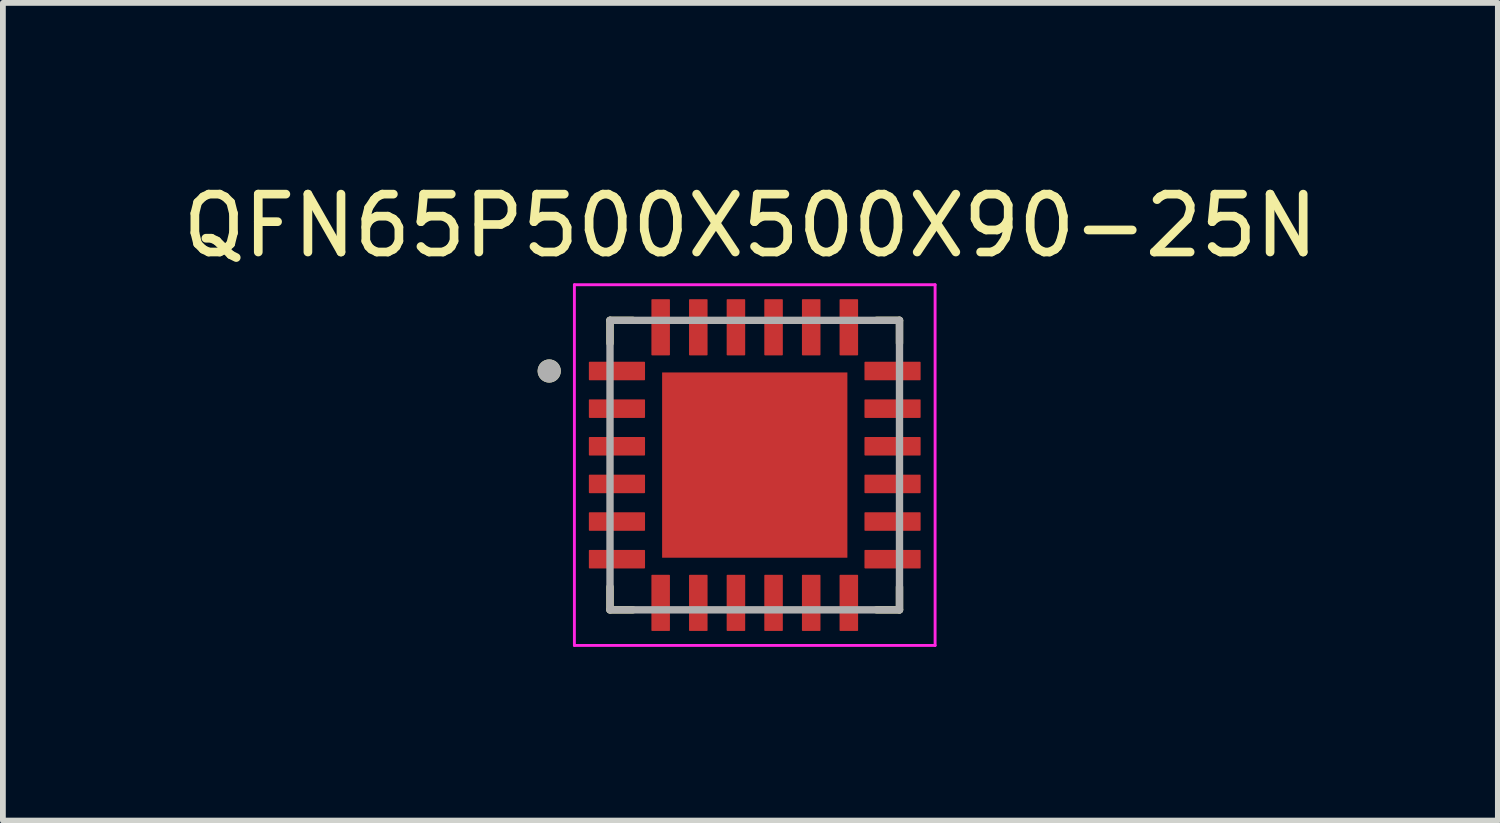
<source format=kicad_pcb>
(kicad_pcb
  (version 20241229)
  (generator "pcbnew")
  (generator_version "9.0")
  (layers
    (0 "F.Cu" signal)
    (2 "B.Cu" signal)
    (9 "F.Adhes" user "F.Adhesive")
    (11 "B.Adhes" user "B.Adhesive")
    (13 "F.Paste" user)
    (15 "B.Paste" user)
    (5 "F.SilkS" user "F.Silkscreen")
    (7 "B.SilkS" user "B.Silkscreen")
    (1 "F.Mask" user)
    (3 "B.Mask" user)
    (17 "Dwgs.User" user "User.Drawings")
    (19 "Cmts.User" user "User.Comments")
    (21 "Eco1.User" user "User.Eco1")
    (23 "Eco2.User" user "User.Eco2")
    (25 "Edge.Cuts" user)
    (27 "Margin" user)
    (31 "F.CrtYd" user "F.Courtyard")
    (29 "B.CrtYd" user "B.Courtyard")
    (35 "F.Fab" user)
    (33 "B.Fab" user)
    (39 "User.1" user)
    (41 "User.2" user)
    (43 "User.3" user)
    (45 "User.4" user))
  (footprint "QFN65P500X500X90-25N"
    (layer "F.Cu")
    (at 9.986 4.983)
    (property "Reference" "QFN65P500X500X90-25N" (at -0.075 -4.135 0) (layer "F.SilkS") (effects (font (size 1 1) (thickness 0.15))))
    (attr smd)
    (fp_line (start -2.5 -2.5) (end -2.5 -2.105) (stroke (width 0.127) (type solid)) (layer "F.SilkS"))
    (fp_line (start -2.5 -2.5) (end -2.105 -2.5) (stroke (width 0.127) (type solid)) (layer "F.SilkS"))
    (fp_line (start -2.5 2.5) (end -2.5 2.105) (stroke (width 0.127) (type solid)) (layer "F.SilkS"))
    (fp_line (start -2.5 2.5) (end -2.105 2.5) (stroke (width 0.127) (type solid)) (layer "F.SilkS"))
    (fp_line (start 2.5 -2.5) (end 2.105 -2.5) (stroke (width 0.127) (type solid)) (layer "F.SilkS"))
    (fp_line (start 2.5 -2.5) (end 2.5 -2.105) (stroke (width 0.127) (type solid)) (layer "F.SilkS"))
    (fp_line (start 2.5 2.5) (end 2.105 2.5) (stroke (width 0.127) (type solid)) (layer "F.SilkS"))
    (fp_line (start 2.5 2.5) (end 2.5 2.105) (stroke (width 0.127) (type solid)) (layer "F.SilkS"))
    (fp_circle (center -3.55 -1.625) (end -3.45 -1.625) (stroke (width 0.2) (type solid)) (fill no) (layer "F.SilkS"))
    (fp_poly (pts (xy -1.01 -1.01) (xy 1.01 -1.01) (xy 1.01 1.01) (xy -1.01 1.01)) (stroke (width 0.01) (type solid)) (fill yes) (layer "F.Paste"))
    (fp_line (start -3.115 -3.115) (end 3.115 -3.115) (stroke (width 0.05) (type solid)) (layer "F.CrtYd"))
    (fp_line (start -3.115 3.115) (end -3.115 -3.115) (stroke (width 0.05) (type solid)) (layer "F.CrtYd"))
    (fp_line (start -3.115 3.115) (end 3.115 3.115) (stroke (width 0.05) (type solid)) (layer "F.CrtYd"))
    (fp_line (start 3.115 3.115) (end 3.115 -3.115) (stroke (width 0.05) (type solid)) (layer "F.CrtYd"))
    (fp_line (start -2.5 2.5) (end -2.5 -2.5) (stroke (width 0.127) (type solid)) (layer "F.Fab"))
    (fp_line (start 2.5 -2.5) (end -2.5 -2.5) (stroke (width 0.127) (type solid)) (layer "F.Fab"))
    (fp_line (start 2.5 2.5) (end -2.5 2.5) (stroke (width 0.127) (type solid)) (layer "F.Fab"))
    (fp_line (start 2.5 2.5) (end 2.5 -2.5) (stroke (width 0.127) (type solid)) (layer "F.Fab"))
    (fp_circle (center -3.55 -1.625) (end -3.45 -1.625) (stroke (width 0.2) (type solid)) (fill no) (layer "F.Fab"))
    (pad "1" smd roundrect (at -2.38 -1.625) (size 0.97 0.32) (layers "F.Cu" "F.Mask" "F.Paste") (roundrect_rratio 0.04))
    (pad "2" smd roundrect (at -2.38 -0.975) (size 0.97 0.32) (layers "F.Cu" "F.Mask" "F.Paste") (roundrect_rratio 0.04))
    (pad "3" smd roundrect (at -2.38 -0.325) (size 0.97 0.32) (layers "F.Cu" "F.Mask" "F.Paste") (roundrect_rratio 0.04))
    (pad "4" smd roundrect (at -2.38 0.325) (size 0.97 0.32) (layers "F.Cu" "F.Mask" "F.Paste") (roundrect_rratio 0.04))
    (pad "5" smd roundrect (at -2.38 0.975) (size 0.97 0.32) (layers "F.Cu" "F.Mask" "F.Paste") (roundrect_rratio 0.04))
    (pad "6" smd roundrect (at -2.38 1.625) (size 0.97 0.32) (layers "F.Cu" "F.Mask" "F.Paste") (roundrect_rratio 0.04))
    (pad "7" smd roundrect (at -1.625 2.38 90) (size 0.97 0.32) (layers "F.Cu" "F.Mask" "F.Paste") (roundrect_rratio 0.04))
    (pad "8" smd roundrect (at -0.975 2.38 90) (size 0.97 0.32) (layers "F.Cu" "F.Mask" "F.Paste") (roundrect_rratio 0.04))
    (pad "9" smd roundrect (at -0.325 2.38 90) (size 0.97 0.32) (layers "F.Cu" "F.Mask" "F.Paste") (roundrect_rratio 0.04))
    (pad "10" smd roundrect (at 0.325 2.38 90) (size 0.97 0.32) (layers "F.Cu" "F.Mask" "F.Paste") (roundrect_rratio 0.04))
    (pad "11" smd roundrect (at 0.975 2.38 90) (size 0.97 0.32) (layers "F.Cu" "F.Mask" "F.Paste") (roundrect_rratio 0.04))
    (pad "12" smd roundrect (at 1.625 2.38 90) (size 0.97 0.32) (layers "F.Cu" "F.Mask" "F.Paste") (roundrect_rratio 0.04))
    (pad "13" smd roundrect (at 2.38 1.625) (size 0.97 0.32) (layers "F.Cu" "F.Mask" "F.Paste") (roundrect_rratio 0.04))
    (pad "14" smd roundrect (at 2.38 0.975) (size 0.97 0.32) (layers "F.Cu" "F.Mask" "F.Paste") (roundrect_rratio 0.04))
    (pad "15" smd roundrect (at 2.38 0.325) (size 0.97 0.32) (layers "F.Cu" "F.Mask" "F.Paste") (roundrect_rratio 0.04))
    (pad "16" smd roundrect (at 2.38 -0.325) (size 0.97 0.32) (layers "F.Cu" "F.Mask" "F.Paste") (roundrect_rratio 0.04))
    (pad "17" smd roundrect (at 2.38 -0.975) (size 0.97 0.32) (layers "F.Cu" "F.Mask" "F.Paste") (roundrect_rratio 0.04))
    (pad "18" smd roundrect (at 2.38 -1.625) (size 0.97 0.32) (layers "F.Cu" "F.Mask" "F.Paste") (roundrect_rratio 0.04))
    (pad "19" smd roundrect (at 1.625 -2.38 90) (size 0.97 0.32) (layers "F.Cu" "F.Mask" "F.Paste") (roundrect_rratio 0.04))
    (pad "20" smd roundrect (at 0.975 -2.38 90) (size 0.97 0.32) (layers "F.Cu" "F.Mask" "F.Paste") (roundrect_rratio 0.04))
    (pad "21" smd roundrect (at 0.325 -2.38 90) (size 0.97 0.32) (layers "F.Cu" "F.Mask" "F.Paste") (roundrect_rratio 0.04))
    (pad "22" smd roundrect (at -0.325 -2.38 90) (size 0.97 0.32) (layers "F.Cu" "F.Mask" "F.Paste") (roundrect_rratio 0.04))
    (pad "23" smd roundrect (at -0.975 -2.38 90) (size 0.97 0.32) (layers "F.Cu" "F.Mask" "F.Paste") (roundrect_rratio 0.04))
    (pad "24" smd roundrect (at -1.625 -2.38 90) (size 0.97 0.32) (layers "F.Cu" "F.Mask" "F.Paste") (roundrect_rratio 0.04))
    (pad "25" smd rect (at 0 0) (size 3.2 3.2) (layers "F.Cu" "F.Mask")))
  (gr_rect
    (start -3 -3)
    (end 22.821 11.123)
    (stroke (width 0.1) (type default))
    (fill no)
    (layer "Edge.Cuts")))
</source>
